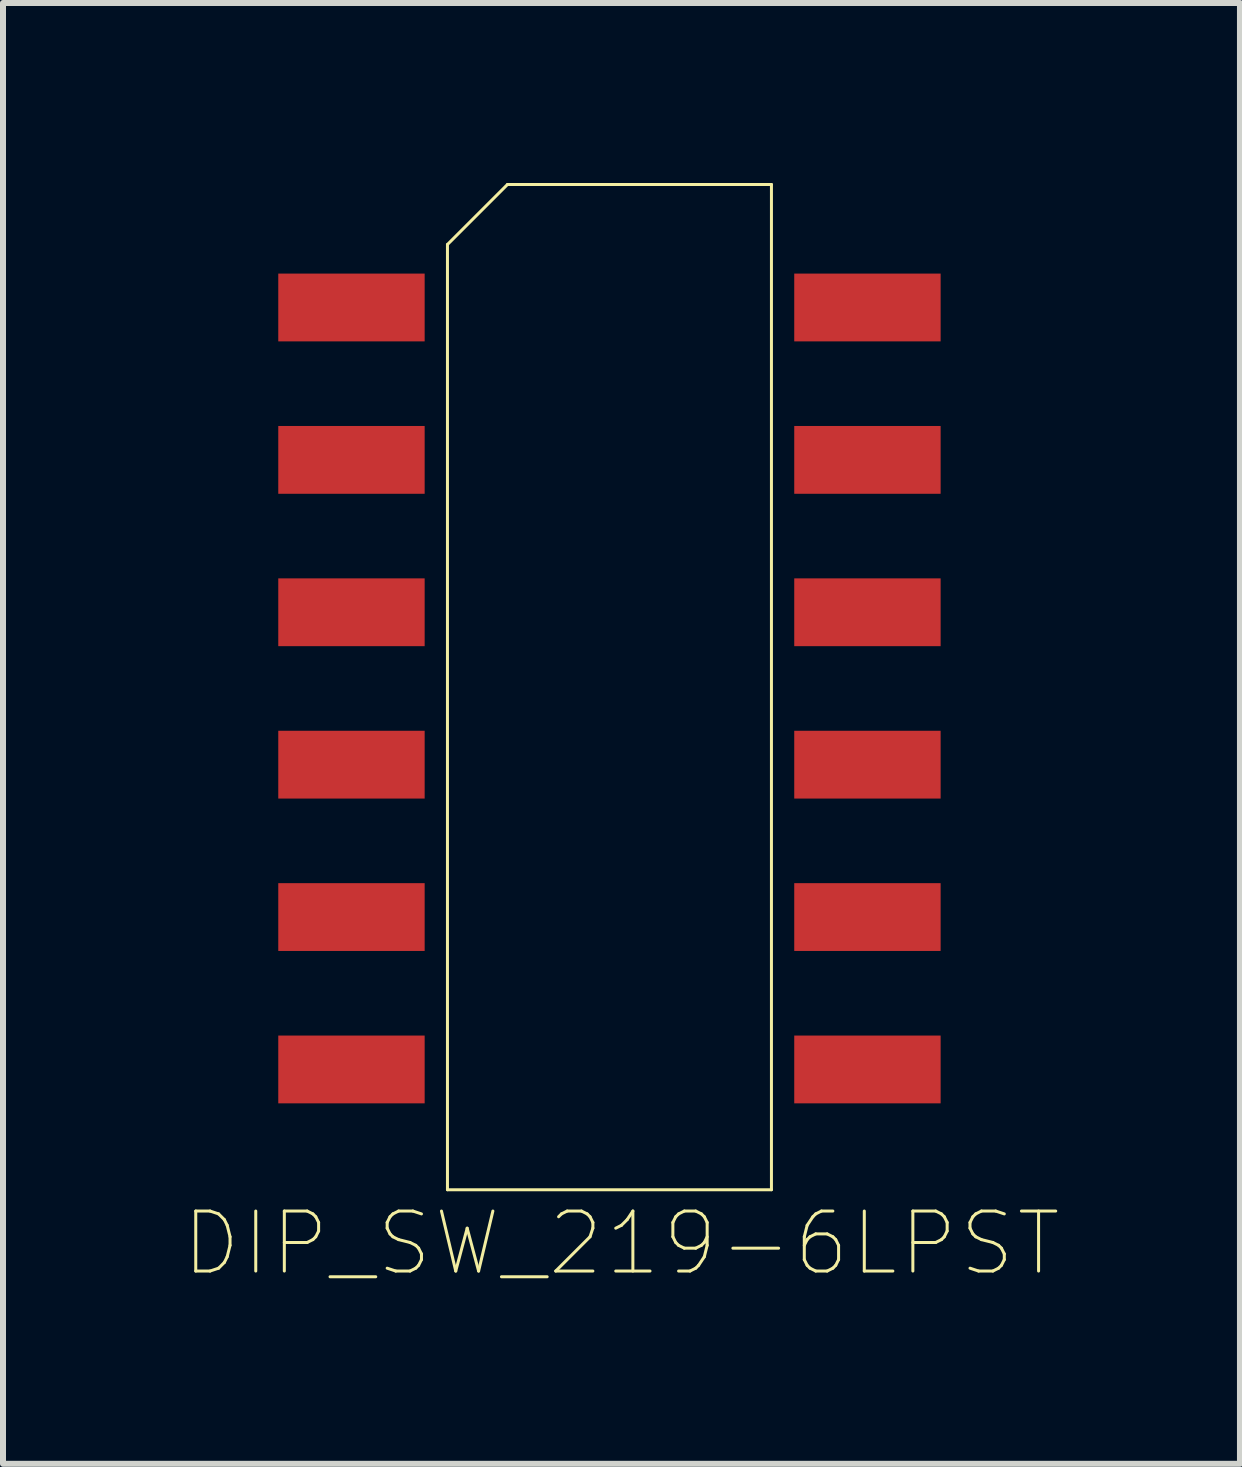
<source format=kicad_pcb>
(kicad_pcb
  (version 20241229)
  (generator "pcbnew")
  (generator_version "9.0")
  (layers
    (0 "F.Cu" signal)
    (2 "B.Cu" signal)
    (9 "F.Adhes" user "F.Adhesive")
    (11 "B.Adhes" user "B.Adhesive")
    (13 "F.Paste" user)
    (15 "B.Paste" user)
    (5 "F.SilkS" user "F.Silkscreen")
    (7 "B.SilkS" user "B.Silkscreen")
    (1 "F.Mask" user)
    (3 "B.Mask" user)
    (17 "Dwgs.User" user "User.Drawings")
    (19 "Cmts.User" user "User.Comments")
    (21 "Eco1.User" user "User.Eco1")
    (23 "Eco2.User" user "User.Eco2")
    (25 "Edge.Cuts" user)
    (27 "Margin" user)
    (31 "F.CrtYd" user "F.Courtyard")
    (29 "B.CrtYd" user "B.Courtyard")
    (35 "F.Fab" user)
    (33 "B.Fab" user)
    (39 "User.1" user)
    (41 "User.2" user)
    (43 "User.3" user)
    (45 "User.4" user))
  (footprint "DIP_SW_219-6LPST"
    (layer "F.Cu")
    (at 2.808 2.075)
    (property "Reference" "DIP_SW_219-6LPST" (at 4.5 15.6 0) (layer "F.SilkS") (effects (font (size 1 1) (thickness 0.05))))
    (attr through_hole)
    (fp_line (start 1.6 -1.05) (end 2.6 -2.05) (stroke (width 0.05) (type solid)) (layer "F.SilkS"))
    (fp_line (start 1.6 14.705) (end 1.6 -1.05) (stroke (width 0.05) (type solid)) (layer "F.SilkS"))
    (fp_line (start 2.6 -2.05) (end 7 -2.05) (stroke (width 0.05) (type solid)) (layer "F.SilkS"))
    (fp_line (start 7 -2.05) (end 7 14.705) (stroke (width 0.05) (type solid)) (layer "F.SilkS"))
    (fp_line (start 7 14.705) (end 1.6 14.705) (stroke (width 0.05) (type solid)) (layer "F.SilkS"))
    (pad "1" smd rect (at 0 0 90) (size 1.13 2.44) (layers "F.Cu" "F.Mask" "F.Paste"))
    (pad "2" smd rect (at 0 2.54 90) (size 1.13 2.44) (layers "F.Cu" "F.Mask" "F.Paste"))
    (pad "3" smd rect (at 0 5.08 90) (size 1.13 2.44) (layers "F.Cu" "F.Mask" "F.Paste"))
    (pad "4" smd rect (at 0 7.62 90) (size 1.13 2.44) (layers "F.Cu" "F.Mask" "F.Paste"))
    (pad "5" smd rect (at 0 10.16 90) (size 1.13 2.44) (layers "F.Cu" "F.Mask" "F.Paste"))
    (pad "6" smd rect (at 0 12.7 90) (size 1.13 2.44) (layers "F.Cu" "F.Mask" "F.Paste"))
    (pad "7" smd rect (at 8.6 12.7 90) (size 1.13 2.44) (layers "F.Cu" "F.Mask" "F.Paste"))
    (pad "8" smd rect (at 8.6 10.16 90) (size 1.13 2.44) (layers "F.Cu" "F.Mask" "F.Paste"))
    (pad "9" smd rect (at 8.6 7.62 90) (size 1.13 2.44) (layers "F.Cu" "F.Mask" "F.Paste"))
    (pad "10" smd rect (at 8.6 5.08 90) (size 1.13 2.44) (layers "F.Cu" "F.Mask" "F.Paste"))
    (pad "11" smd rect (at 8.6 2.54 90) (size 1.13 2.44) (layers "F.Cu" "F.Mask" "F.Paste"))
    (pad "12" smd rect (at 8.6 0 90) (size 1.13 2.44) (layers "F.Cu" "F.Mask" "F.Paste")))
  (gr_rect
    (start -3 -3)
    (end 17.617 21.348)
    (stroke (width 0.1) (type default))
    (fill no)
    (layer "Edge.Cuts")))
</source>
